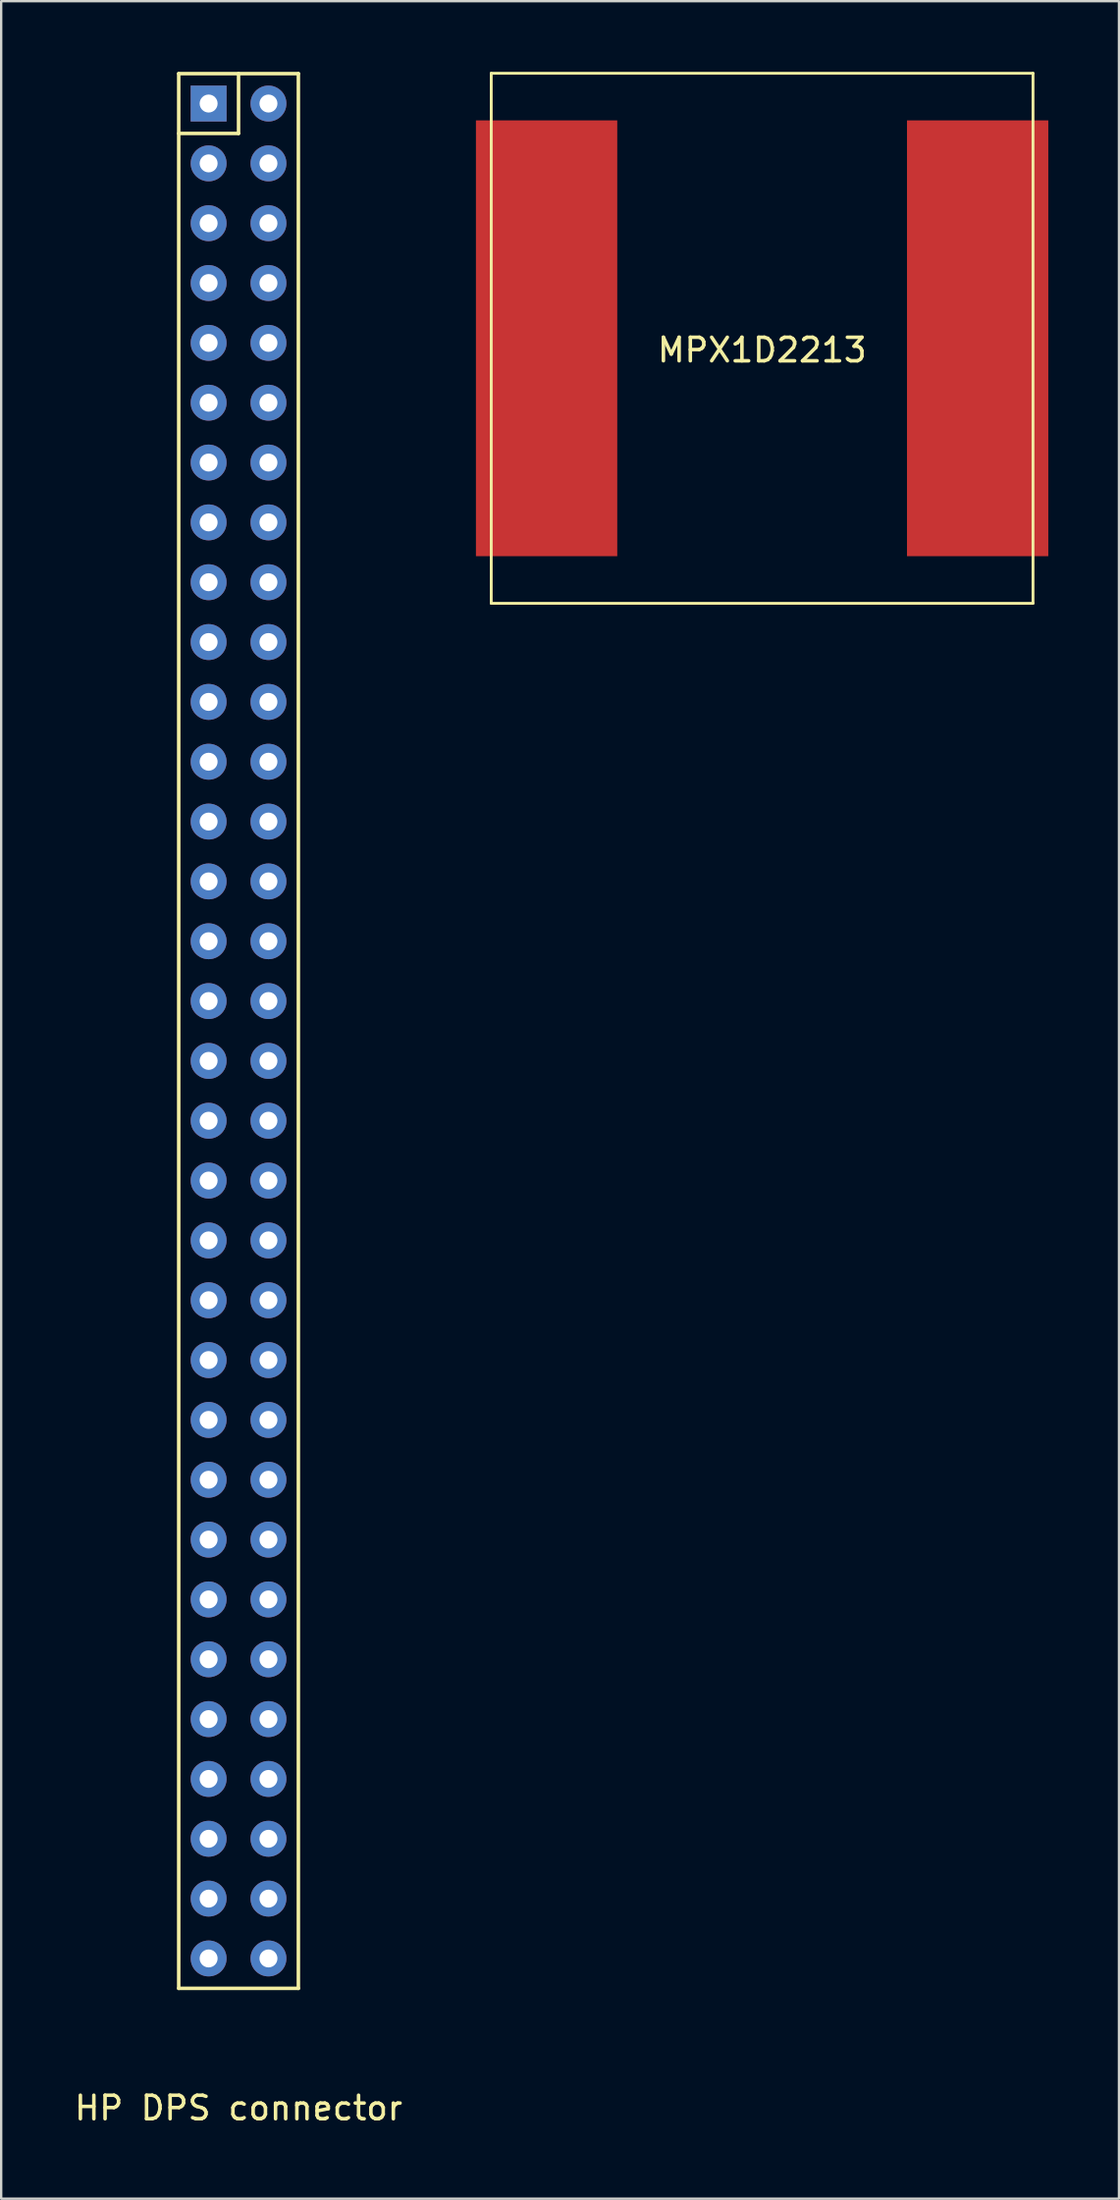
<source format=kicad_pcb>
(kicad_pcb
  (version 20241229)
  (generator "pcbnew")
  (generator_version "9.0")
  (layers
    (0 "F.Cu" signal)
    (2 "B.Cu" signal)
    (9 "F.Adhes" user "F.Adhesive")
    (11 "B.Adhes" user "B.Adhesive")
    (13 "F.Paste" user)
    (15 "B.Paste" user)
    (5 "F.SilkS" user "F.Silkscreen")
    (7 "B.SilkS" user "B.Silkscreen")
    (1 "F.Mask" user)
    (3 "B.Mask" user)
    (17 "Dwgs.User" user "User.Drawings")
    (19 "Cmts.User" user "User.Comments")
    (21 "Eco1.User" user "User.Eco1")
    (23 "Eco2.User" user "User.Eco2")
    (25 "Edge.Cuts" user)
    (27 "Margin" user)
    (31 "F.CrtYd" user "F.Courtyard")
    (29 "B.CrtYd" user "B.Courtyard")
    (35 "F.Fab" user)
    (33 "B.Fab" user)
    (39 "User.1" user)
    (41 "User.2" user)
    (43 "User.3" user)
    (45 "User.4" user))
  (footprint "HP DPS connector"
    (layer "F.Cu")
    (at 7.077 38.175)
    (property "Reference" "HP DPS connector" (at 0 48.26 0) (layer "F.SilkS") (effects (font (size 1 1) (thickness 0.15))))
    (attr through_hole)
    (fp_line (start -2.54 -38.1) (end 2.54 -38.1) (stroke (width 0.15) (type solid)) (layer "F.SilkS"))
    (fp_line (start -2.54 43.18) (end -2.54 -38.1) (stroke (width 0.15) (type solid)) (layer "F.SilkS"))
    (fp_line (start 0 -38.1) (end 0 -35.56) (stroke (width 0.15) (type solid)) (layer "F.SilkS"))
    (fp_line (start 0 -35.56) (end -2.54 -35.56) (stroke (width 0.15) (type solid)) (layer "F.SilkS"))
    (fp_line (start 2.54 -38.1) (end 2.54 43.18) (stroke (width 0.15) (type solid)) (layer "F.SilkS"))
    (fp_line (start 2.54 43.18) (end -2.54 43.18) (stroke (width 0.15) (type solid)) (layer "F.SilkS"))
    (pad "1" thru_hole rect (at -1.27 -36.83) (size 1.524 1.524) (drill 0.762) (layers "*.Cu" "*.Mask"))
    (pad "2" thru_hole circle (at -1.27 -34.29) (size 1.524 1.524) (drill 0.762) (layers "*.Cu" "*.Mask"))
    (pad "3" thru_hole circle (at -1.27 -31.75) (size 1.524 1.524) (drill 0.762) (layers "*.Cu" "*.Mask"))
    (pad "4" thru_hole circle (at -1.27 -29.21) (size 1.524 1.524) (drill 0.762) (layers "*.Cu" "*.Mask"))
    (pad "5" thru_hole circle (at -1.27 -26.67) (size 1.524 1.524) (drill 0.762) (layers "*.Cu" "*.Mask"))
    (pad "6" thru_hole circle (at -1.27 -24.13) (size 1.524 1.524) (drill 0.762) (layers "*.Cu" "*.Mask"))
    (pad "7" thru_hole circle (at -1.27 -21.59) (size 1.524 1.524) (drill 0.762) (layers "*.Cu" "*.Mask"))
    (pad "8" thru_hole circle (at -1.27 -19.05) (size 1.524 1.524) (drill 0.762) (layers "*.Cu" "*.Mask"))
    (pad "9" thru_hole circle (at -1.27 -16.51) (size 1.524 1.524) (drill 0.762) (layers "*.Cu" "*.Mask"))
    (pad "10" thru_hole circle (at -1.27 -13.97) (size 1.524 1.524) (drill 0.762) (layers "*.Cu" "*.Mask"))
    (pad "11" thru_hole circle (at -1.27 -11.43) (size 1.524 1.524) (drill 0.762) (layers "*.Cu" "*.Mask"))
    (pad "12" thru_hole circle (at -1.27 -8.89) (size 1.524 1.524) (drill 0.762) (layers "*.Cu" "*.Mask"))
    (pad "13" thru_hole circle (at -1.27 -6.35) (size 1.524 1.524) (drill 0.762) (layers "*.Cu" "*.Mask"))
    (pad "14" thru_hole circle (at -1.27 -3.81) (size 1.524 1.524) (drill 0.762) (layers "*.Cu" "*.Mask"))
    (pad "15" thru_hole circle (at -1.27 -1.27) (size 1.524 1.524) (drill 0.762) (layers "*.Cu" "*.Mask"))
    (pad "16" thru_hole circle (at -1.27 1.27) (size 1.524 1.524) (drill 0.762) (layers "*.Cu" "*.Mask"))
    (pad "17" thru_hole circle (at -1.27 3.81) (size 1.524 1.524) (drill 0.762) (layers "*.Cu" "*.Mask"))
    (pad "18" thru_hole circle (at -1.27 6.35) (size 1.524 1.524) (drill 0.762) (layers "*.Cu" "*.Mask"))
    (pad "19" thru_hole circle (at -1.27 8.89) (size 1.524 1.524) (drill 0.762) (layers "*.Cu" "*.Mask"))
    (pad "20" thru_hole circle (at -1.27 11.43) (size 1.524 1.524) (drill 0.762) (layers "*.Cu" "*.Mask"))
    (pad "21" thru_hole circle (at -1.27 13.97) (size 1.524 1.524) (drill 0.762) (layers "*.Cu" "*.Mask"))
    (pad "22" thru_hole circle (at -1.27 16.51) (size 1.524 1.524) (drill 0.762) (layers "*.Cu" "*.Mask"))
    (pad "23" thru_hole circle (at -1.27 19.05) (size 1.524 1.524) (drill 0.762) (layers "*.Cu" "*.Mask"))
    (pad "24" thru_hole circle (at -1.27 21.59) (size 1.524 1.524) (drill 0.762) (layers "*.Cu" "*.Mask"))
    (pad "25" thru_hole circle (at -1.27 24.13) (size 1.524 1.524) (drill 0.762) (layers "*.Cu" "*.Mask"))
    (pad "26" thru_hole circle (at -1.27 26.67) (size 1.524 1.524) (drill 0.762) (layers "*.Cu" "*.Mask"))
    (pad "27" thru_hole circle (at -1.27 29.21) (size 1.524 1.524) (drill 0.762) (layers "*.Cu" "*.Mask"))
    (pad "28" thru_hole circle (at -1.27 31.75) (size 1.524 1.524) (drill 0.762) (layers "*.Cu" "*.Mask"))
    (pad "29" thru_hole circle (at -1.27 34.29) (size 1.524 1.524) (drill 0.762) (layers "*.Cu" "*.Mask"))
    (pad "30" thru_hole circle (at -1.27 36.83) (size 1.524 1.524) (drill 0.762) (layers "*.Cu" "*.Mask"))
    (pad "31" thru_hole circle (at -1.27 39.37) (size 1.524 1.524) (drill 0.762) (layers "*.Cu" "*.Mask"))
    (pad "32" thru_hole circle (at -1.27 41.91) (size 1.524 1.524) (drill 0.762) (layers "*.Cu" "*.Mask"))
    (pad "33" thru_hole circle (at 1.27 41.91) (size 1.524 1.524) (drill 0.762) (layers "*.Cu" "*.Mask"))
    (pad "34" thru_hole circle (at 1.27 39.37) (size 1.524 1.524) (drill 0.762) (layers "*.Cu" "*.Mask"))
    (pad "35" thru_hole circle (at 1.27 36.83) (size 1.524 1.524) (drill 0.762) (layers "*.Cu" "*.Mask"))
    (pad "36" thru_hole circle (at 1.27 34.29) (size 1.524 1.524) (drill 0.762) (layers "*.Cu" "*.Mask"))
    (pad "37" thru_hole circle (at 1.27 31.75) (size 1.524 1.524) (drill 0.762) (layers "*.Cu" "*.Mask"))
    (pad "38" thru_hole circle (at 1.27 29.21) (size 1.524 1.524) (drill 0.762) (layers "*.Cu" "*.Mask"))
    (pad "39" thru_hole circle (at 1.27 26.67) (size 1.524 1.524) (drill 0.762) (layers "*.Cu" "*.Mask"))
    (pad "40" thru_hole circle (at 1.27 24.13) (size 1.524 1.524) (drill 0.762) (layers "*.Cu" "*.Mask"))
    (pad "41" thru_hole circle (at 1.27 21.59) (size 1.524 1.524) (drill 0.762) (layers "*.Cu" "*.Mask"))
    (pad "42" thru_hole circle (at 1.27 19.05) (size 1.524 1.524) (drill 0.762) (layers "*.Cu" "*.Mask"))
    (pad "43" thru_hole circle (at 1.27 16.51) (size 1.524 1.524) (drill 0.762) (layers "*.Cu" "*.Mask"))
    (pad "44" thru_hole circle (at 1.27 13.97) (size 1.524 1.524) (drill 0.762) (layers "*.Cu" "*.Mask"))
    (pad "45" thru_hole circle (at 1.27 11.43) (size 1.524 1.524) (drill 0.762) (layers "*.Cu" "*.Mask"))
    (pad "46" thru_hole circle (at 1.27 8.89) (size 1.524 1.524) (drill 0.762) (layers "*.Cu" "*.Mask"))
    (pad "47" thru_hole circle (at 1.27 6.35) (size 1.524 1.524) (drill 0.762) (layers "*.Cu" "*.Mask"))
    (pad "48" thru_hole circle (at 1.27 3.81) (size 1.524 1.524) (drill 0.762) (layers "*.Cu" "*.Mask"))
    (pad "49" thru_hole circle (at 1.27 1.27) (size 1.524 1.524) (drill 0.762) (layers "*.Cu" "*.Mask"))
    (pad "50" thru_hole circle (at 1.27 -1.27) (size 1.524 1.524) (drill 0.762) (layers "*.Cu" "*.Mask"))
    (pad "51" thru_hole circle (at 1.27 -3.81) (size 1.524 1.524) (drill 0.762) (layers "*.Cu" "*.Mask"))
    (pad "52" thru_hole circle (at 1.27 -6.35) (size 1.524 1.524) (drill 0.762) (layers "*.Cu" "*.Mask"))
    (pad "53" thru_hole circle (at 1.27 -8.89) (size 1.524 1.524) (drill 0.762) (layers "*.Cu" "*.Mask"))
    (pad "54" thru_hole circle (at 1.27 -11.43) (size 1.524 1.524) (drill 0.762) (layers "*.Cu" "*.Mask"))
    (pad "55" thru_hole circle (at 1.27 -13.97) (size 1.524 1.524) (drill 0.762) (layers "*.Cu" "*.Mask"))
    (pad "56" thru_hole circle (at 1.27 -16.51) (size 1.524 1.524) (drill 0.762) (layers "*.Cu" "*.Mask"))
    (pad "57" thru_hole circle (at 1.27 -19.05) (size 1.524 1.524) (drill 0.762) (layers "*.Cu" "*.Mask"))
    (pad "58" thru_hole circle (at 1.27 -21.59) (size 1.524 1.524) (drill 0.762) (layers "*.Cu" "*.Mask"))
    (pad "59" thru_hole circle (at 1.27 -24.13) (size 1.524 1.524) (drill 0.762) (layers "*.Cu" "*.Mask"))
    (pad "60" thru_hole circle (at 1.27 -26.67) (size 1.524 1.524) (drill 0.762) (layers "*.Cu" "*.Mask"))
    (pad "61" thru_hole circle (at 1.27 -29.21) (size 1.524 1.524) (drill 0.762) (layers "*.Cu" "*.Mask"))
    (pad "62" thru_hole circle (at 1.27 -31.75) (size 1.524 1.524) (drill 0.762) (layers "*.Cu" "*.Mask"))
    (pad "63" thru_hole circle (at 1.27 -34.29) (size 1.524 1.524) (drill 0.762) (layers "*.Cu" "*.Mask"))
    (pad "64" thru_hole circle (at 1.27 -36.83) (size 1.524 1.524) (drill 0.762) (layers "*.Cu" "*.Mask")))
  (footprint "MPX1D2213"
    (layer "F.Cu")
    (at 29.305 11.31)
    (property "Reference" "MPX1D2213" (at 0 0.5 0) (layer "F.SilkS") (effects (font (size 1 1) (thickness 0.15))))
    (attr through_hole)
    (fp_line (start -11.5 -11.25) (end 11.5 -11.25) (stroke (width 0.12) (type solid)) (layer "F.SilkS"))
    (fp_line (start -11.5 11.25) (end -11.5 -11.25) (stroke (width 0.12) (type solid)) (layer "F.SilkS"))
    (fp_line (start 11.5 -11.25) (end 11.5 11.25) (stroke (width 0.12) (type solid)) (layer "F.SilkS"))
    (fp_line (start 11.5 11.25) (end -11.5 11.25) (stroke (width 0.12) (type solid)) (layer "F.SilkS"))
    (pad "1" smd rect (at -9.15 0) (size 6 18.5) (layers "F.Cu" "F.Mask" "F.Paste"))
    (pad "2" smd rect (at 9.15 0) (size 6 18.5) (layers "F.Cu" "F.Mask" "F.Paste")))
  (gr_rect
    (start -3 -3)
    (end 44.455 90.283)
    (stroke (width 0.1) (type default))
    (fill no)
    (layer "Edge.Cuts")))
</source>
